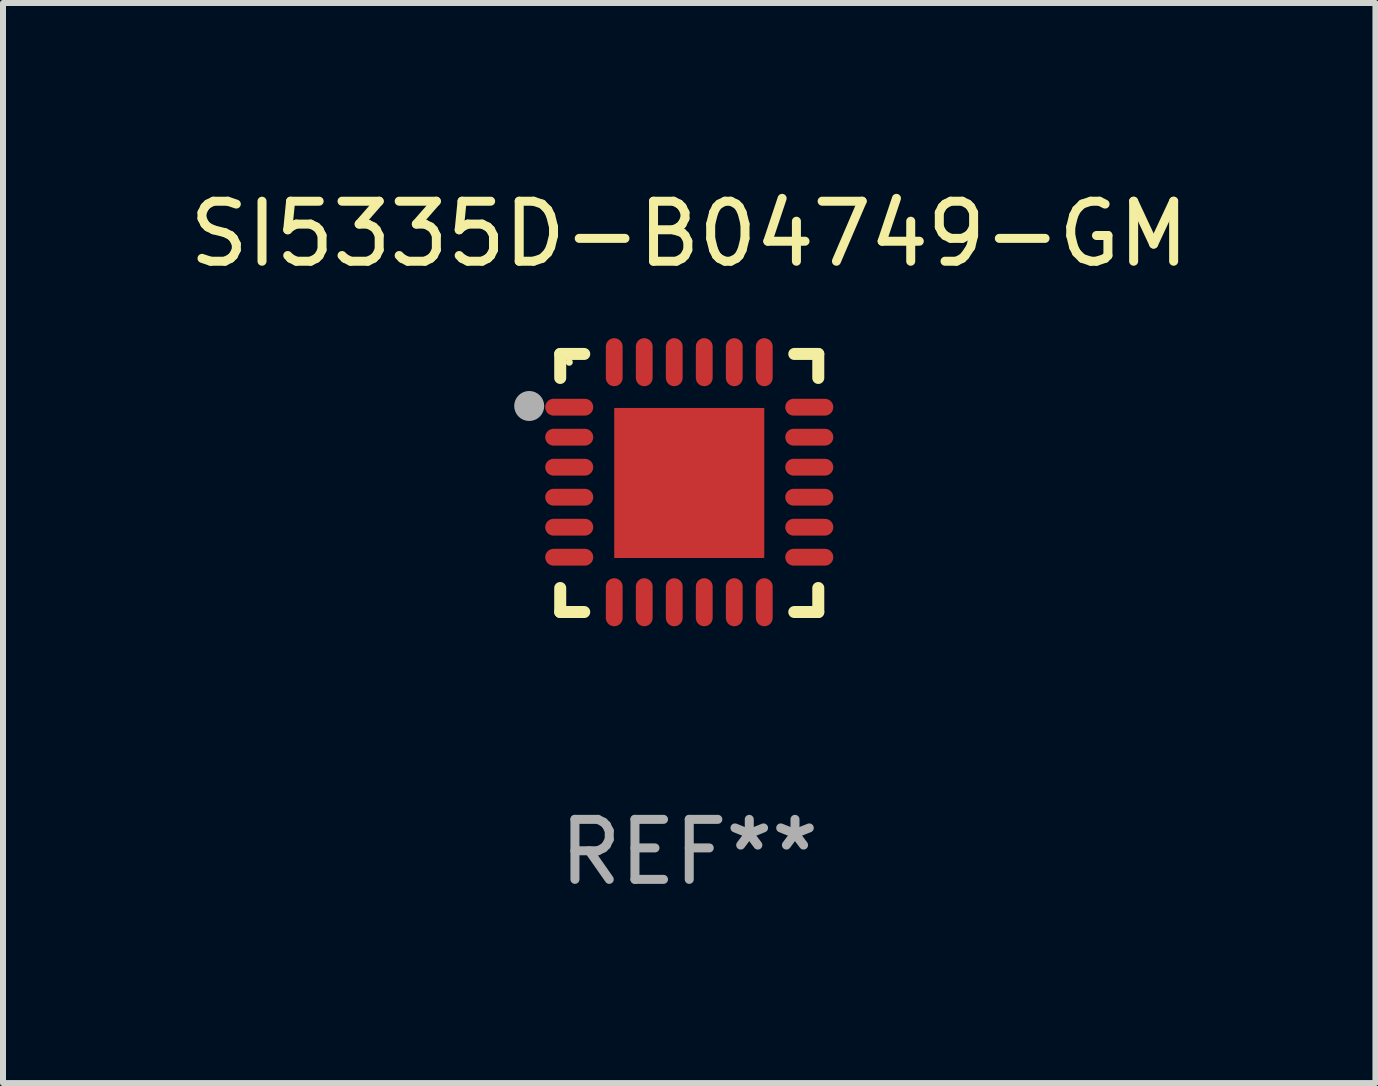
<source format=kicad_pcb>
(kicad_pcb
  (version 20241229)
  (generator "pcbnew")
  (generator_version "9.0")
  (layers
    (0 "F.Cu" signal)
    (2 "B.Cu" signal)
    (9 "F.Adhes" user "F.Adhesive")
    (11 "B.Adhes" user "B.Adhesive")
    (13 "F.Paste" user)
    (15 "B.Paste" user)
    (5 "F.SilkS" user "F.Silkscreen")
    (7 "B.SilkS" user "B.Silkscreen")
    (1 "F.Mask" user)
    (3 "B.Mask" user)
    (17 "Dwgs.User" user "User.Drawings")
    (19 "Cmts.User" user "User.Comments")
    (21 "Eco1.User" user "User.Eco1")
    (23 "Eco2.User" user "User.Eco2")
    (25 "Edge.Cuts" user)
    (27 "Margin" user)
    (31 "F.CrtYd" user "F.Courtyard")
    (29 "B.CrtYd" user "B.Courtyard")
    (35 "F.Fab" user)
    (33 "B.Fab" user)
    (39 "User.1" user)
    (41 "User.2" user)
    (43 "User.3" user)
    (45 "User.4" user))
  (footprint "SI5335D-B04749-GM"
    (layer "F.Cu")
    (at 8.435 4.998)
    (property "Reference" "SI5335D-B04749-GM" (at 0 -4.15 0) (layer "F.SilkS") (effects (font (size 1 1) (thickness 0.15))))
    (attr through_hole)
    (fp_line (start -2.15 -2.15) (end -1.75 -2.15) (stroke (width 0.2) (type solid)) (layer "F.SilkS"))
    (fp_line (start -2.15 -1.75) (end -2.15 -2.15) (stroke (width 0.2) (type solid)) (layer "F.SilkS"))
    (fp_line (start -2.15 2.15) (end -2.15 1.75) (stroke (width 0.2) (type solid)) (layer "F.SilkS"))
    (fp_line (start -1.75 2.15) (end -2.15 2.15) (stroke (width 0.2) (type solid)) (layer "F.SilkS"))
    (fp_line (start 1.75 -2.15) (end 2.15 -2.15) (stroke (width 0.2) (type solid)) (layer "F.SilkS"))
    (fp_line (start 1.75 2.15) (end 2.15 2.15) (stroke (width 0.2) (type solid)) (layer "F.SilkS"))
    (fp_line (start 2.15 -2.15) (end 2.15 -1.75) (stroke (width 0.2) (type solid)) (layer "F.SilkS"))
    (fp_line (start 2.15 2.15) (end 2.15 1.75) (stroke (width 0.2) (type solid)) (layer "F.SilkS"))
    (fp_circle (center -2 -2.013) (end -1.97 -2.013) (stroke (width 0.06) (type solid)) (fill no) (layer "F.SilkS"))
    (fp_circle (center -2.667 -1.283) (end -2.542 -1.283) (stroke (width 0.25) (type solid)) (fill no) (layer "F.Fab"))
    (fp_text user "REF**" (at 0 6.15 0) (layer "F.Fab") (effects (font (size 1 1) (thickness 0.15))))
    (pad "1" smd oval (at -2 -1.263) (size 0.8 0.28) (layers "F.Cu" "F.Mask" "F.Paste"))
    (pad "2" smd oval (at -2 -0.763) (size 0.8 0.28) (layers "F.Cu" "F.Mask" "F.Paste"))
    (pad "3" smd oval (at -2 -0.263) (size 0.8 0.28) (layers "F.Cu" "F.Mask" "F.Paste"))
    (pad "4" smd oval (at -2 0.237) (size 0.8 0.28) (layers "F.Cu" "F.Mask" "F.Paste"))
    (pad "5" smd oval (at -2 0.737) (size 0.8 0.28) (layers "F.Cu" "F.Mask" "F.Paste"))
    (pad "6" smd oval (at -2 1.237) (size 0.8 0.28) (layers "F.Cu" "F.Mask" "F.Paste"))
    (pad "7" smd oval (at -1.25 1.987) (size 0.28 0.8) (layers "F.Cu" "F.Mask" "F.Paste"))
    (pad "8" smd oval (at -0.75 1.987) (size 0.28 0.8) (layers "F.Cu" "F.Mask" "F.Paste"))
    (pad "9" smd oval (at -0.25 1.987) (size 0.28 0.8) (layers "F.Cu" "F.Mask" "F.Paste"))
    (pad "10" smd oval (at 0.25 1.987) (size 0.28 0.8) (layers "F.Cu" "F.Mask" "F.Paste"))
    (pad "11" smd oval (at 0.75 1.987) (size 0.28 0.8) (layers "F.Cu" "F.Mask" "F.Paste"))
    (pad "12" smd oval (at 1.25 1.987) (size 0.28 0.8) (layers "F.Cu" "F.Mask" "F.Paste"))
    (pad "13" smd oval (at 2 1.237) (size 0.8 0.28) (layers "F.Cu" "F.Mask" "F.Paste"))
    (pad "14" smd oval (at 2 0.737) (size 0.8 0.28) (layers "F.Cu" "F.Mask" "F.Paste"))
    (pad "15" smd oval (at 2 0.237) (size 0.8 0.28) (layers "F.Cu" "F.Mask" "F.Paste"))
    (pad "16" smd oval (at 2 -0.263) (size 0.8 0.28) (layers "F.Cu" "F.Mask" "F.Paste"))
    (pad "17" smd oval (at 2 -0.763) (size 0.8 0.28) (layers "F.Cu" "F.Mask" "F.Paste"))
    (pad "18" smd oval (at 2 -1.263) (size 0.8 0.28) (layers "F.Cu" "F.Mask" "F.Paste"))
    (pad "19" smd oval (at 1.25 -2.013) (size 0.28 0.8) (layers "F.Cu" "F.Mask" "F.Paste"))
    (pad "20" smd oval (at 0.75 -2.013) (size 0.28 0.8) (layers "F.Cu" "F.Mask" "F.Paste"))
    (pad "21" smd oval (at 0.25 -2.013) (size 0.28 0.8) (layers "F.Cu" "F.Mask" "F.Paste"))
    (pad "22" smd oval (at -0.25 -2.013) (size 0.28 0.8) (layers "F.Cu" "F.Mask" "F.Paste"))
    (pad "23" smd oval (at -0.75 -2.013) (size 0.28 0.8) (layers "F.Cu" "F.Mask" "F.Paste"))
    (pad "24" smd oval (at -1.25 -2.013) (size 0.28 0.8) (layers "F.Cu" "F.Mask" "F.Paste"))
    (pad "25" smd rect (at -0.000127 -0.00014) (size 2.5 2.5) (layers "F.Cu" "F.Mask" "F.Paste")))
  (gr_rect
    (start -3 -3)
    (end 19.869 14.997)
    (stroke (width 0.1) (type default))
    (fill no)
    (layer "Edge.Cuts")))
</source>
